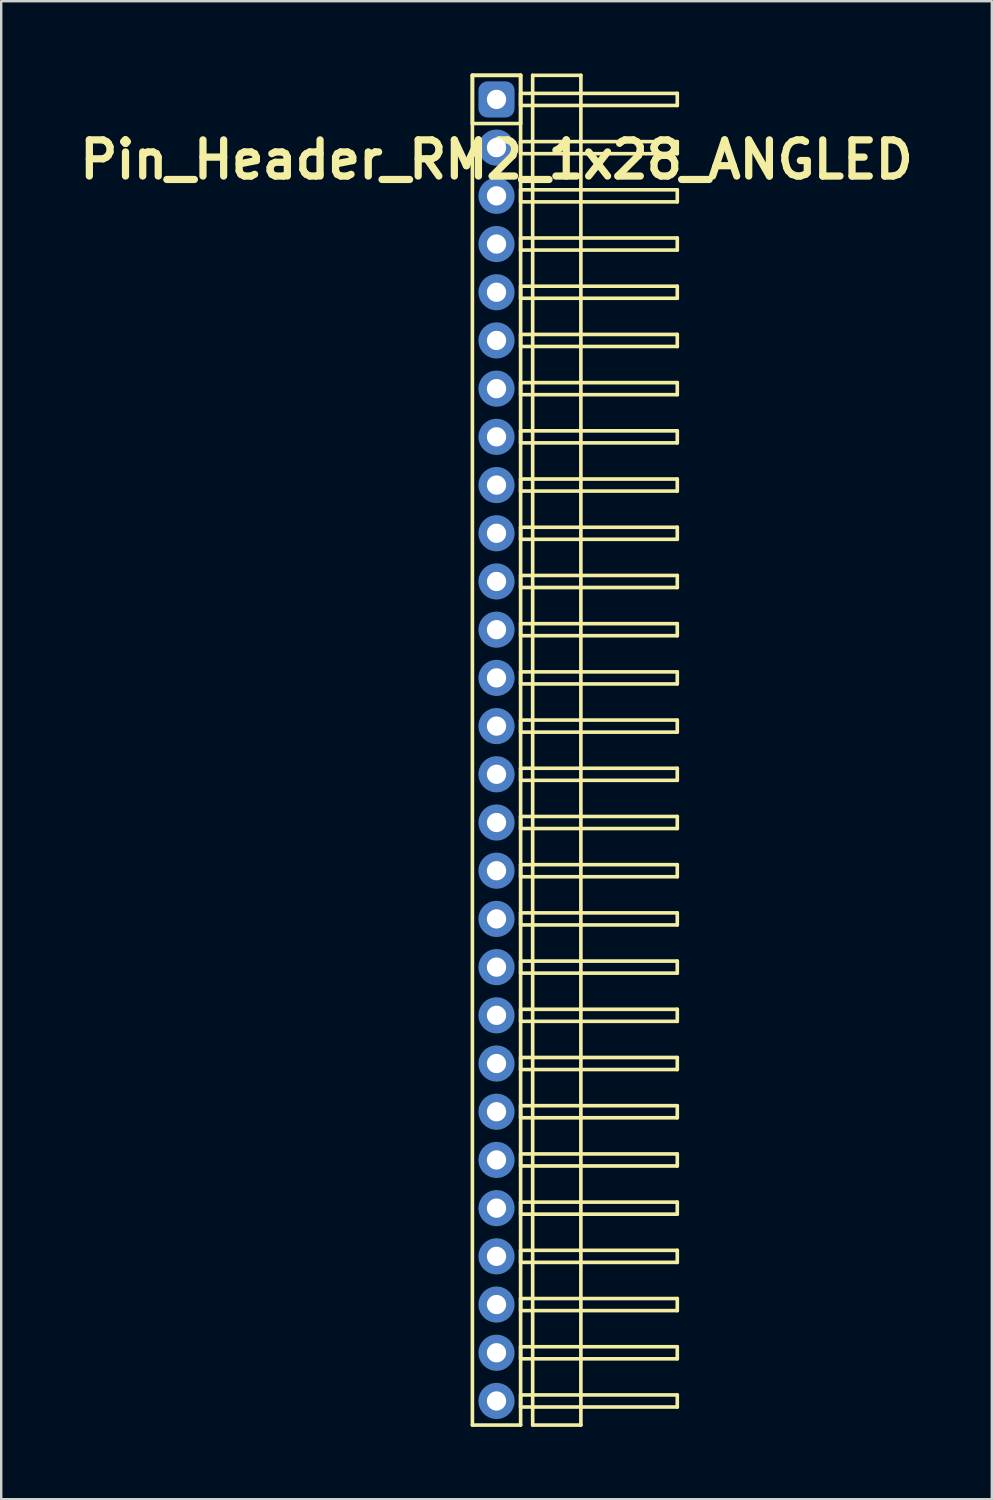
<source format=kicad_pcb>
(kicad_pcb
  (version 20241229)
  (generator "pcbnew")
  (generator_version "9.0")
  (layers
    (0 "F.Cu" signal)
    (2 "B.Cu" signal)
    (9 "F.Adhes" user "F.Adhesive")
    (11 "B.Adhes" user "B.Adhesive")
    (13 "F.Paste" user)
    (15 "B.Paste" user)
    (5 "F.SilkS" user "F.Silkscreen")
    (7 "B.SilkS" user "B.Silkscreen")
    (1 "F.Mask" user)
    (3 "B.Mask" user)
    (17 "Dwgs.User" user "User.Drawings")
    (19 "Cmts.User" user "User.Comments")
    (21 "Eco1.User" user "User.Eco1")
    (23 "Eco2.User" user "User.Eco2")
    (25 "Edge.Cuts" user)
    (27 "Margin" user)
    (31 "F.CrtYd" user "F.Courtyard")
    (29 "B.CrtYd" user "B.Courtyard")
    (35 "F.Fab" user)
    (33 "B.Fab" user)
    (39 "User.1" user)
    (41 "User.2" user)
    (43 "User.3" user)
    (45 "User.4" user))
  (footprint "Pin_Header_RM2_1x28_ANGLED"
    (layer "F.Cu")
    (at 17.55 1.075)
    (property "Reference" "Pin_Header_RM2_1x28_ANGLED" (at 0 2.5 0) (layer "F.SilkS") (effects (font (size 1.5 1.5) (thickness 0.3))))
    (attr through_hole)
    (fp_line (start -1 -1) (end 1 -1) (stroke (width 0.15) (type solid)) (layer "F.SilkS"))
    (fp_line (start -1 -1) (end 1 -1) (stroke (width 0.15) (type solid)) (layer "F.SilkS"))
    (fp_line (start -1 1) (end -1 -1) (stroke (width 0.15) (type solid)) (layer "F.SilkS"))
    (fp_line (start -1 55) (end -1 -1) (stroke (width 0.15) (type solid)) (layer "F.SilkS"))
    (fp_line (start 1 -1) (end 1 1) (stroke (width 0.15) (type solid)) (layer "F.SilkS"))
    (fp_line (start 1 -1) (end 1 55) (stroke (width 0.15) (type solid)) (layer "F.SilkS"))
    (fp_line (start 1 -0.25) (end 7.5 -0.25) (stroke (width 0.15) (type solid)) (layer "F.SilkS"))
    (fp_line (start 1 0.25) (end 1 -0.25) (stroke (width 0.15) (type solid)) (layer "F.SilkS"))
    (fp_line (start 1 1) (end -1 1) (stroke (width 0.15) (type solid)) (layer "F.SilkS"))
    (fp_line (start 1 1.75) (end 7.5 1.75) (stroke (width 0.15) (type solid)) (layer "F.SilkS"))
    (fp_line (start 1 2.25) (end 1 1.75) (stroke (width 0.15) (type solid)) (layer "F.SilkS"))
    (fp_line (start 1 3.75) (end 7.5 3.75) (stroke (width 0.15) (type solid)) (layer "F.SilkS"))
    (fp_line (start 1 4.25) (end 1 3.75) (stroke (width 0.15) (type solid)) (layer "F.SilkS"))
    (fp_line (start 1 5.75) (end 7.5 5.75) (stroke (width 0.15) (type solid)) (layer "F.SilkS"))
    (fp_line (start 1 6.25) (end 1 5.75) (stroke (width 0.15) (type solid)) (layer "F.SilkS"))
    (fp_line (start 1 7.75) (end 7.5 7.75) (stroke (width 0.15) (type solid)) (layer "F.SilkS"))
    (fp_line (start 1 8.25) (end 1 7.75) (stroke (width 0.15) (type solid)) (layer "F.SilkS"))
    (fp_line (start 1 9.75) (end 7.5 9.75) (stroke (width 0.15) (type solid)) (layer "F.SilkS"))
    (fp_line (start 1 10.25) (end 1 9.75) (stroke (width 0.15) (type solid)) (layer "F.SilkS"))
    (fp_line (start 1 11.75) (end 7.5 11.75) (stroke (width 0.15) (type solid)) (layer "F.SilkS"))
    (fp_line (start 1 12.25) (end 1 11.75) (stroke (width 0.15) (type solid)) (layer "F.SilkS"))
    (fp_line (start 1 13.75) (end 7.5 13.75) (stroke (width 0.15) (type solid)) (layer "F.SilkS"))
    (fp_line (start 1 14.25) (end 1 13.75) (stroke (width 0.15) (type solid)) (layer "F.SilkS"))
    (fp_line (start 1 15.75) (end 7.5 15.75) (stroke (width 0.15) (type solid)) (layer "F.SilkS"))
    (fp_line (start 1 16.25) (end 1 15.75) (stroke (width 0.15) (type solid)) (layer "F.SilkS"))
    (fp_line (start 1 17.75) (end 7.5 17.75) (stroke (width 0.15) (type solid)) (layer "F.SilkS"))
    (fp_line (start 1 18.25) (end 1 17.75) (stroke (width 0.15) (type solid)) (layer "F.SilkS"))
    (fp_line (start 1 19.75) (end 7.5 19.75) (stroke (width 0.15) (type solid)) (layer "F.SilkS"))
    (fp_line (start 1 20.25) (end 1 19.75) (stroke (width 0.15) (type solid)) (layer "F.SilkS"))
    (fp_line (start 1 21.75) (end 7.5 21.75) (stroke (width 0.15) (type solid)) (layer "F.SilkS"))
    (fp_line (start 1 22.25) (end 1 21.75) (stroke (width 0.15) (type solid)) (layer "F.SilkS"))
    (fp_line (start 1 23.75) (end 7.5 23.75) (stroke (width 0.15) (type solid)) (layer "F.SilkS"))
    (fp_line (start 1 24.25) (end 1 23.75) (stroke (width 0.15) (type solid)) (layer "F.SilkS"))
    (fp_line (start 1 25.75) (end 7.5 25.75) (stroke (width 0.15) (type solid)) (layer "F.SilkS"))
    (fp_line (start 1 26.25) (end 1 25.75) (stroke (width 0.15) (type solid)) (layer "F.SilkS"))
    (fp_line (start 1 27.75) (end 7.5 27.75) (stroke (width 0.15) (type solid)) (layer "F.SilkS"))
    (fp_line (start 1 28.25) (end 1 27.75) (stroke (width 0.15) (type solid)) (layer "F.SilkS"))
    (fp_line (start 1 29.75) (end 7.5 29.75) (stroke (width 0.15) (type solid)) (layer "F.SilkS"))
    (fp_line (start 1 30.25) (end 1 29.75) (stroke (width 0.15) (type solid)) (layer "F.SilkS"))
    (fp_line (start 1 31.75) (end 7.5 31.75) (stroke (width 0.15) (type solid)) (layer "F.SilkS"))
    (fp_line (start 1 32.25) (end 1 31.75) (stroke (width 0.15) (type solid)) (layer "F.SilkS"))
    (fp_line (start 1 33.75) (end 7.5 33.75) (stroke (width 0.15) (type solid)) (layer "F.SilkS"))
    (fp_line (start 1 34.25) (end 1 33.75) (stroke (width 0.15) (type solid)) (layer "F.SilkS"))
    (fp_line (start 1 35.75) (end 7.5 35.75) (stroke (width 0.15) (type solid)) (layer "F.SilkS"))
    (fp_line (start 1 36.25) (end 1 35.75) (stroke (width 0.15) (type solid)) (layer "F.SilkS"))
    (fp_line (start 1 37.75) (end 7.5 37.75) (stroke (width 0.15) (type solid)) (layer "F.SilkS"))
    (fp_line (start 1 38.25) (end 1 37.75) (stroke (width 0.15) (type solid)) (layer "F.SilkS"))
    (fp_line (start 1 39.75) (end 7.5 39.75) (stroke (width 0.15) (type solid)) (layer "F.SilkS"))
    (fp_line (start 1 40.25) (end 1 39.75) (stroke (width 0.15) (type solid)) (layer "F.SilkS"))
    (fp_line (start 1 41.75) (end 7.5 41.75) (stroke (width 0.15) (type solid)) (layer "F.SilkS"))
    (fp_line (start 1 42.25) (end 1 41.75) (stroke (width 0.15) (type solid)) (layer "F.SilkS"))
    (fp_line (start 1 43.75) (end 7.5 43.75) (stroke (width 0.15) (type solid)) (layer "F.SilkS"))
    (fp_line (start 1 44.25) (end 1 43.75) (stroke (width 0.15) (type solid)) (layer "F.SilkS"))
    (fp_line (start 1 45.75) (end 7.5 45.75) (stroke (width 0.15) (type solid)) (layer "F.SilkS"))
    (fp_line (start 1 46.25) (end 1 45.75) (stroke (width 0.15) (type solid)) (layer "F.SilkS"))
    (fp_line (start 1 47.75) (end 7.5 47.75) (stroke (width 0.15) (type solid)) (layer "F.SilkS"))
    (fp_line (start 1 48.25) (end 1 47.75) (stroke (width 0.15) (type solid)) (layer "F.SilkS"))
    (fp_line (start 1 49.75) (end 7.5 49.75) (stroke (width 0.15) (type solid)) (layer "F.SilkS"))
    (fp_line (start 1 50.25) (end 1 49.75) (stroke (width 0.15) (type solid)) (layer "F.SilkS"))
    (fp_line (start 1 51.75) (end 7.5 51.75) (stroke (width 0.15) (type solid)) (layer "F.SilkS"))
    (fp_line (start 1 52.25) (end 1 51.75) (stroke (width 0.15) (type solid)) (layer "F.SilkS"))
    (fp_line (start 1 53.75) (end 7.5 53.75) (stroke (width 0.15) (type solid)) (layer "F.SilkS"))
    (fp_line (start 1 54.25) (end 1 53.75) (stroke (width 0.15) (type solid)) (layer "F.SilkS"))
    (fp_line (start 1 55) (end -1 55) (stroke (width 0.15) (type solid)) (layer "F.SilkS"))
    (fp_line (start 1.5 -1) (end 3.5 -1) (stroke (width 0.15) (type solid)) (layer "F.SilkS"))
    (fp_line (start 1.5 55) (end 1.5 -1) (stroke (width 0.15) (type solid)) (layer "F.SilkS"))
    (fp_line (start 3.5 -1) (end 3.5 55) (stroke (width 0.15) (type solid)) (layer "F.SilkS"))
    (fp_line (start 3.5 55) (end 1.5 55) (stroke (width 0.15) (type solid)) (layer "F.SilkS"))
    (fp_line (start 7.5 -0.25) (end 7.5 0.25) (stroke (width 0.15) (type solid)) (layer "F.SilkS"))
    (fp_line (start 7.5 0.25) (end 1 0.25) (stroke (width 0.15) (type solid)) (layer "F.SilkS"))
    (fp_line (start 7.5 1.75) (end 7.5 2.25) (stroke (width 0.15) (type solid)) (layer "F.SilkS"))
    (fp_line (start 7.5 2.25) (end 1 2.25) (stroke (width 0.15) (type solid)) (layer "F.SilkS"))
    (fp_line (start 7.5 3.75) (end 7.5 4.25) (stroke (width 0.15) (type solid)) (layer "F.SilkS"))
    (fp_line (start 7.5 4.25) (end 1 4.25) (stroke (width 0.15) (type solid)) (layer "F.SilkS"))
    (fp_line (start 7.5 5.75) (end 7.5 6.25) (stroke (width 0.15) (type solid)) (layer "F.SilkS"))
    (fp_line (start 7.5 6.25) (end 1 6.25) (stroke (width 0.15) (type solid)) (layer "F.SilkS"))
    (fp_line (start 7.5 7.75) (end 7.5 8.25) (stroke (width 0.15) (type solid)) (layer "F.SilkS"))
    (fp_line (start 7.5 8.25) (end 1 8.25) (stroke (width 0.15) (type solid)) (layer "F.SilkS"))
    (fp_line (start 7.5 9.75) (end 7.5 10.25) (stroke (width 0.15) (type solid)) (layer "F.SilkS"))
    (fp_line (start 7.5 10.25) (end 1 10.25) (stroke (width 0.15) (type solid)) (layer "F.SilkS"))
    (fp_line (start 7.5 11.75) (end 7.5 12.25) (stroke (width 0.15) (type solid)) (layer "F.SilkS"))
    (fp_line (start 7.5 12.25) (end 1 12.25) (stroke (width 0.15) (type solid)) (layer "F.SilkS"))
    (fp_line (start 7.5 13.75) (end 7.5 14.25) (stroke (width 0.15) (type solid)) (layer "F.SilkS"))
    (fp_line (start 7.5 14.25) (end 1 14.25) (stroke (width 0.15) (type solid)) (layer "F.SilkS"))
    (fp_line (start 7.5 15.75) (end 7.5 16.25) (stroke (width 0.15) (type solid)) (layer "F.SilkS"))
    (fp_line (start 7.5 16.25) (end 1 16.25) (stroke (width 0.15) (type solid)) (layer "F.SilkS"))
    (fp_line (start 7.5 17.75) (end 7.5 18.25) (stroke (width 0.15) (type solid)) (layer "F.SilkS"))
    (fp_line (start 7.5 18.25) (end 1 18.25) (stroke (width 0.15) (type solid)) (layer "F.SilkS"))
    (fp_line (start 7.5 19.75) (end 7.5 20.25) (stroke (width 0.15) (type solid)) (layer "F.SilkS"))
    (fp_line (start 7.5 20.25) (end 1 20.25) (stroke (width 0.15) (type solid)) (layer "F.SilkS"))
    (fp_line (start 7.5 21.75) (end 7.5 22.25) (stroke (width 0.15) (type solid)) (layer "F.SilkS"))
    (fp_line (start 7.5 22.25) (end 1 22.25) (stroke (width 0.15) (type solid)) (layer "F.SilkS"))
    (fp_line (start 7.5 23.75) (end 7.5 24.25) (stroke (width 0.15) (type solid)) (layer "F.SilkS"))
    (fp_line (start 7.5 24.25) (end 1 24.25) (stroke (width 0.15) (type solid)) (layer "F.SilkS"))
    (fp_line (start 7.5 25.75) (end 7.5 26.25) (stroke (width 0.15) (type solid)) (layer "F.SilkS"))
    (fp_line (start 7.5 26.25) (end 1 26.25) (stroke (width 0.15) (type solid)) (layer "F.SilkS"))
    (fp_line (start 7.5 27.75) (end 7.5 28.25) (stroke (width 0.15) (type solid)) (layer "F.SilkS"))
    (fp_line (start 7.5 28.25) (end 1 28.25) (stroke (width 0.15) (type solid)) (layer "F.SilkS"))
    (fp_line (start 7.5 29.75) (end 7.5 30.25) (stroke (width 0.15) (type solid)) (layer "F.SilkS"))
    (fp_line (start 7.5 30.25) (end 1 30.25) (stroke (width 0.15) (type solid)) (layer "F.SilkS"))
    (fp_line (start 7.5 31.75) (end 7.5 32.25) (stroke (width 0.15) (type solid)) (layer "F.SilkS"))
    (fp_line (start 7.5 32.25) (end 1 32.25) (stroke (width 0.15) (type solid)) (layer "F.SilkS"))
    (fp_line (start 7.5 33.75) (end 7.5 34.25) (stroke (width 0.15) (type solid)) (layer "F.SilkS"))
    (fp_line (start 7.5 34.25) (end 1 34.25) (stroke (width 0.15) (type solid)) (layer "F.SilkS"))
    (fp_line (start 7.5 35.75) (end 7.5 36.25) (stroke (width 0.15) (type solid)) (layer "F.SilkS"))
    (fp_line (start 7.5 36.25) (end 1 36.25) (stroke (width 0.15) (type solid)) (layer "F.SilkS"))
    (fp_line (start 7.5 37.75) (end 7.5 38.25) (stroke (width 0.15) (type solid)) (layer "F.SilkS"))
    (fp_line (start 7.5 38.25) (end 1 38.25) (stroke (width 0.15) (type solid)) (layer "F.SilkS"))
    (fp_line (start 7.5 39.75) (end 7.5 40.25) (stroke (width 0.15) (type solid)) (layer "F.SilkS"))
    (fp_line (start 7.5 40.25) (end 1 40.25) (stroke (width 0.15) (type solid)) (layer "F.SilkS"))
    (fp_line (start 7.5 41.75) (end 7.5 42.25) (stroke (width 0.15) (type solid)) (layer "F.SilkS"))
    (fp_line (start 7.5 42.25) (end 1 42.25) (stroke (width 0.15) (type solid)) (layer "F.SilkS"))
    (fp_line (start 7.5 43.75) (end 7.5 44.25) (stroke (width 0.15) (type solid)) (layer "F.SilkS"))
    (fp_line (start 7.5 44.25) (end 1 44.25) (stroke (width 0.15) (type solid)) (layer "F.SilkS"))
    (fp_line (start 7.5 45.75) (end 7.5 46.25) (stroke (width 0.15) (type solid)) (layer "F.SilkS"))
    (fp_line (start 7.5 46.25) (end 1 46.25) (stroke (width 0.15) (type solid)) (layer "F.SilkS"))
    (fp_line (start 7.5 47.75) (end 7.5 48.25) (stroke (width 0.15) (type solid)) (layer "F.SilkS"))
    (fp_line (start 7.5 48.25) (end 1 48.25) (stroke (width 0.15) (type solid)) (layer "F.SilkS"))
    (fp_line (start 7.5 49.75) (end 7.5 50.25) (stroke (width 0.15) (type solid)) (layer "F.SilkS"))
    (fp_line (start 7.5 50.25) (end 1 50.25) (stroke (width 0.15) (type solid)) (layer "F.SilkS"))
    (fp_line (start 7.5 51.75) (end 7.5 52.25) (stroke (width 0.15) (type solid)) (layer "F.SilkS"))
    (fp_line (start 7.5 52.25) (end 1 52.25) (stroke (width 0.15) (type solid)) (layer "F.SilkS"))
    (fp_line (start 7.5 53.75) (end 7.5 54.25) (stroke (width 0.15) (type solid)) (layer "F.SilkS"))
    (fp_line (start 7.5 54.25) (end 1 54.25) (stroke (width 0.15) (type solid)) (layer "F.SilkS"))
    (pad "1" thru_hole circle (at 0 0) (size 1.1 1.1) (drill 0.8) (layers "*.Cu" "*.Mask"))
    (pad "1" smd roundrect (at 0 0) (size 1.25 1.25) (layers "F.Cu" "F.Mask") (roundrect_rratio 0.25))
    (pad "1" smd roundrect (at 0 0) (size 1.5 1.5) (layers "B.Cu" "B.Mask") (roundrect_rratio 0.25))
    (pad "2" thru_hole circle (at 0 2) (size 1.1 1.1) (drill 0.8) (layers "*.Cu" "*.Mask"))
    (pad "2" smd circle (at 0 2) (size 1.25 1.25) (layers "F.Cu" "F.Mask"))
    (pad "2" smd circle (at 0 2) (size 1.5 1.5) (layers "B.Cu" "B.Mask"))
    (pad "3" thru_hole circle (at 0 4) (size 1.1 1.1) (drill 0.8) (layers "*.Cu" "*.Mask"))
    (pad "3" smd circle (at 0 4) (size 1.25 1.25) (layers "F.Cu" "F.Mask"))
    (pad "3" smd circle (at 0 4) (size 1.5 1.5) (layers "B.Cu" "B.Mask"))
    (pad "4" thru_hole circle (at 0 6) (size 1.1 1.1) (drill 0.8) (layers "*.Cu" "*.Mask"))
    (pad "4" smd circle (at 0 6) (size 1.25 1.25) (layers "F.Cu" "F.Mask"))
    (pad "4" smd circle (at 0 6) (size 1.5 1.5) (layers "B.Cu" "B.Mask"))
    (pad "5" thru_hole circle (at 0 8) (size 1.1 1.1) (drill 0.8) (layers "*.Cu" "*.Mask"))
    (pad "5" smd circle (at 0 8) (size 1.25 1.25) (layers "F.Cu" "F.Mask"))
    (pad "5" smd circle (at 0 8) (size 1.5 1.5) (layers "B.Cu" "B.Mask"))
    (pad "6" thru_hole circle (at 0 10) (size 1.1 1.1) (drill 0.8) (layers "*.Cu" "*.Mask"))
    (pad "6" smd circle (at 0 10) (size 1.25 1.25) (layers "F.Cu" "F.Mask"))
    (pad "6" smd circle (at 0 10) (size 1.5 1.5) (layers "B.Cu" "B.Mask"))
    (pad "7" thru_hole circle (at 0 12) (size 1.1 1.1) (drill 0.8) (layers "*.Cu" "*.Mask"))
    (pad "7" smd circle (at 0 12) (size 1.25 1.25) (layers "F.Cu" "F.Mask"))
    (pad "7" smd circle (at 0 12) (size 1.5 1.5) (layers "B.Cu" "B.Mask"))
    (pad "8" thru_hole circle (at 0 14) (size 1.1 1.1) (drill 0.8) (layers "*.Cu" "*.Mask"))
    (pad "8" smd circle (at 0 14) (size 1.25 1.25) (layers "F.Cu" "F.Mask"))
    (pad "8" smd circle (at 0 14) (size 1.5 1.5) (layers "B.Cu" "B.Mask"))
    (pad "9" thru_hole circle (at 0 16) (size 1.1 1.1) (drill 0.8) (layers "*.Cu" "*.Mask"))
    (pad "9" smd circle (at 0 16) (size 1.25 1.25) (layers "F.Cu" "F.Mask"))
    (pad "9" smd circle (at 0 16) (size 1.5 1.5) (layers "B.Cu" "B.Mask"))
    (pad "10" thru_hole circle (at 0 18) (size 1.1 1.1) (drill 0.8) (layers "*.Cu" "*.Mask"))
    (pad "10" smd circle (at 0 18) (size 1.25 1.25) (layers "F.Cu" "F.Mask"))
    (pad "10" smd circle (at 0 18) (size 1.5 1.5) (layers "B.Cu" "B.Mask"))
    (pad "11" thru_hole circle (at 0 20) (size 1.1 1.1) (drill 0.8) (layers "*.Cu" "*.Mask"))
    (pad "11" smd circle (at 0 20) (size 1.25 1.25) (layers "F.Cu" "F.Mask"))
    (pad "11" smd circle (at 0 20) (size 1.5 1.5) (layers "B.Cu" "B.Mask"))
    (pad "12" thru_hole circle (at 0 22) (size 1.1 1.1) (drill 0.8) (layers "*.Cu" "*.Mask"))
    (pad "12" smd circle (at 0 22) (size 1.25 1.25) (layers "F.Cu" "F.Mask"))
    (pad "12" smd circle (at 0 22) (size 1.5 1.5) (layers "B.Cu" "B.Mask"))
    (pad "13" thru_hole circle (at 0 24) (size 1.1 1.1) (drill 0.8) (layers "*.Cu" "*.Mask"))
    (pad "13" smd circle (at 0 24) (size 1.25 1.25) (layers "F.Cu" "F.Mask"))
    (pad "13" smd circle (at 0 24) (size 1.5 1.5) (layers "B.Cu" "B.Mask"))
    (pad "14" thru_hole circle (at 0 26) (size 1.1 1.1) (drill 0.8) (layers "*.Cu" "*.Mask"))
    (pad "14" smd circle (at 0 26) (size 1.25 1.25) (layers "F.Cu" "F.Mask"))
    (pad "14" smd circle (at 0 26) (size 1.5 1.5) (layers "B.Cu" "B.Mask"))
    (pad "15" thru_hole circle (at 0 28) (size 1.1 1.1) (drill 0.8) (layers "*.Cu" "*.Mask"))
    (pad "15" smd circle (at 0 28) (size 1.25 1.25) (layers "F.Cu" "F.Mask"))
    (pad "15" smd circle (at 0 28) (size 1.5 1.5) (layers "B.Cu" "B.Mask"))
    (pad "16" thru_hole circle (at 0 30) (size 1.1 1.1) (drill 0.8) (layers "*.Cu" "*.Mask"))
    (pad "16" smd circle (at 0 30) (size 1.25 1.25) (layers "F.Cu" "F.Mask"))
    (pad "16" smd circle (at 0 30) (size 1.5 1.5) (layers "B.Cu" "B.Mask"))
    (pad "17" thru_hole circle (at 0 32) (size 1.1 1.1) (drill 0.8) (layers "*.Cu" "*.Mask"))
    (pad "17" smd circle (at 0 32) (size 1.25 1.25) (layers "F.Cu" "F.Mask"))
    (pad "17" smd circle (at 0 32) (size 1.5 1.5) (layers "B.Cu" "B.Mask"))
    (pad "18" thru_hole circle (at 0 34) (size 1.1 1.1) (drill 0.8) (layers "*.Cu" "*.Mask"))
    (pad "18" smd circle (at 0 34) (size 1.25 1.25) (layers "F.Cu" "F.Mask"))
    (pad "18" smd circle (at 0 34) (size 1.5 1.5) (layers "B.Cu" "B.Mask"))
    (pad "19" thru_hole circle (at 0 36) (size 1.1 1.1) (drill 0.8) (layers "*.Cu" "*.Mask"))
    (pad "19" smd circle (at 0 36) (size 1.25 1.25) (layers "F.Cu" "F.Mask"))
    (pad "19" smd circle (at 0 36) (size 1.5 1.5) (layers "B.Cu" "B.Mask"))
    (pad "20" thru_hole circle (at 0 38) (size 1.1 1.1) (drill 0.8) (layers "*.Cu" "*.Mask"))
    (pad "20" smd circle (at 0 38) (size 1.25 1.25) (layers "F.Cu" "F.Mask"))
    (pad "20" smd circle (at 0 38) (size 1.5 1.5) (layers "B.Cu" "B.Mask"))
    (pad "21" thru_hole circle (at 0 40) (size 1.1 1.1) (drill 0.8) (layers "*.Cu" "*.Mask"))
    (pad "21" smd circle (at 0 40) (size 1.25 1.25) (layers "F.Cu" "F.Mask"))
    (pad "21" smd circle (at 0 40) (size 1.5 1.5) (layers "B.Cu" "B.Mask"))
    (pad "22" thru_hole circle (at 0 42) (size 1.1 1.1) (drill 0.8) (layers "*.Cu" "*.Mask"))
    (pad "22" smd circle (at 0 42) (size 1.25 1.25) (layers "F.Cu" "F.Mask"))
    (pad "22" smd circle (at 0 42) (size 1.5 1.5) (layers "B.Cu" "B.Mask"))
    (pad "23" thru_hole circle (at 0 44) (size 1.1 1.1) (drill 0.8) (layers "*.Cu" "*.Mask"))
    (pad "23" smd circle (at 0 44) (size 1.25 1.25) (layers "F.Cu" "F.Mask"))
    (pad "23" smd circle (at 0 44) (size 1.5 1.5) (layers "B.Cu" "B.Mask"))
    (pad "24" thru_hole circle (at 0 46) (size 1.1 1.1) (drill 0.8) (layers "*.Cu" "*.Mask"))
    (pad "24" smd circle (at 0 46) (size 1.25 1.25) (layers "F.Cu" "F.Mask"))
    (pad "24" smd circle (at 0 46) (size 1.5 1.5) (layers "B.Cu" "B.Mask"))
    (pad "25" thru_hole circle (at 0 48) (size 1.1 1.1) (drill 0.8) (layers "*.Cu" "*.Mask"))
    (pad "25" smd circle (at 0 48) (size 1.25 1.25) (layers "F.Cu" "F.Mask"))
    (pad "25" smd circle (at 0 48) (size 1.5 1.5) (layers "B.Cu" "B.Mask"))
    (pad "26" thru_hole circle (at 0 50) (size 1.1 1.1) (drill 0.8) (layers "*.Cu" "*.Mask"))
    (pad "26" smd circle (at 0 50) (size 1.25 1.25) (layers "F.Cu" "F.Mask"))
    (pad "26" smd circle (at 0 50) (size 1.5 1.5) (layers "B.Cu" "B.Mask"))
    (pad "27" thru_hole circle (at 0 52) (size 1.1 1.1) (drill 0.8) (layers "*.Cu" "*.Mask"))
    (pad "27" smd circle (at 0 52) (size 1.25 1.25) (layers "F.Cu" "F.Mask"))
    (pad "27" smd circle (at 0 52) (size 1.5 1.5) (layers "B.Cu" "B.Mask"))
    (pad "28" thru_hole circle (at 0 54) (size 1.1 1.1) (drill 0.8) (layers "*.Cu" "*.Mask"))
    (pad "28" smd circle (at 0 54) (size 1.25 1.25) (layers "F.Cu" "F.Mask"))
    (pad "28" smd circle (at 0 54) (size 1.5 1.5) (layers "B.Cu" "B.Mask")))
  (gr_rect
    (start -3 -3)
    (end 38.1 59.15)
    (stroke (width 0.1) (type default))
    (fill no)
    (layer "Edge.Cuts")))
</source>
